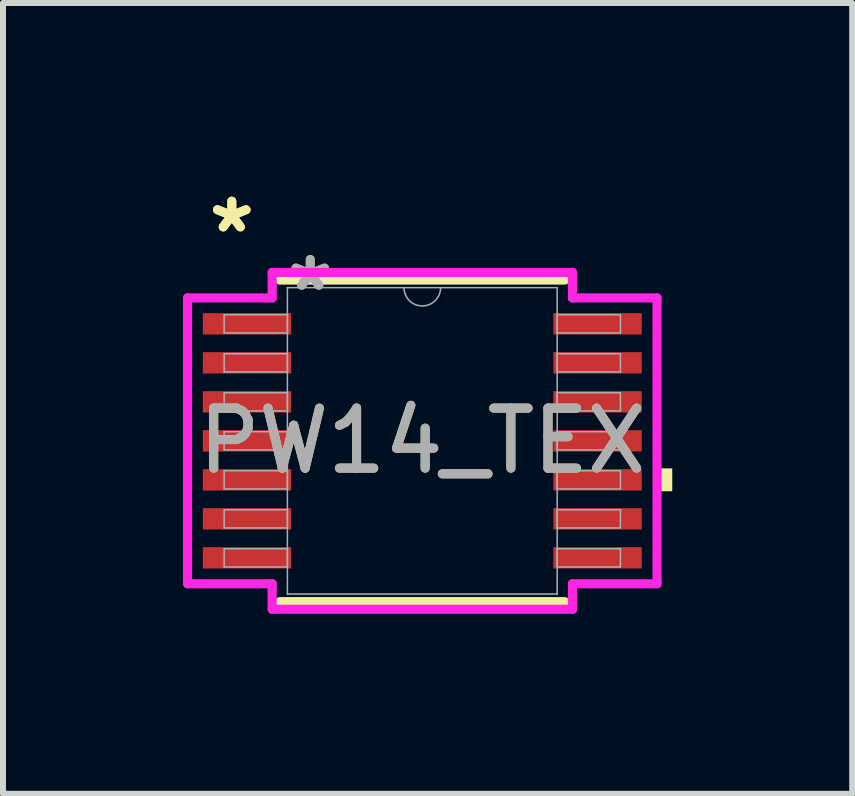
<source format=kicad_pcb>
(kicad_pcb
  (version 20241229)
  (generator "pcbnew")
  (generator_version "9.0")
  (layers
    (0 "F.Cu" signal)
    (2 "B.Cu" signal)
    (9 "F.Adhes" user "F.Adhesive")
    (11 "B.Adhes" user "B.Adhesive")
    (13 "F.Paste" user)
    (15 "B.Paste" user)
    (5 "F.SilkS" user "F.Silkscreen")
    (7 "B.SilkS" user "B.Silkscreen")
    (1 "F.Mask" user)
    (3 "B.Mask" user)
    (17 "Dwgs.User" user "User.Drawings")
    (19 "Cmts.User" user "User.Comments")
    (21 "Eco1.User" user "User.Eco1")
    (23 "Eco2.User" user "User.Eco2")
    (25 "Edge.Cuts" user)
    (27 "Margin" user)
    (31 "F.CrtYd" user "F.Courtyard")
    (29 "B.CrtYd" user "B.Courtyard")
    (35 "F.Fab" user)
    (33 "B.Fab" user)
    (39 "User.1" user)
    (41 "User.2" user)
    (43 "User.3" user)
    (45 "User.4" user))
  (footprint "PW14_TEX"
    (layer "F.Cu")
    (at 3.988 4.297)
    (property "Reference" "PW14_TEX" (at 0 0 0) (unlocked yes) (layer "F.SilkS") (effects (font (size 1 1) (thickness 0.15))))
    (attr smd)
    (fp_line (start -2.375 2.68) (end 2.375 2.68) (stroke (width 0.152) (type solid)) (layer "F.SilkS"))
    (fp_line (start 2.375 -2.68) (end -2.375 -2.68) (stroke (width 0.152) (type solid)) (layer "F.SilkS"))
    (fp_poly (pts (xy 4.166 0.459) (xy 4.166 0.84) (xy 3.912 0.84) (xy 3.912 0.459)) (stroke (width 0) (type solid)) (fill yes) (layer "F.SilkS"))
    (fp_line (start -3.912 -2.382) (end -2.502 -2.382) (stroke (width 0.152) (type solid)) (layer "F.CrtYd"))
    (fp_line (start -3.912 2.382) (end -3.912 -2.382) (stroke (width 0.152) (type solid)) (layer "F.CrtYd"))
    (fp_line (start -3.912 2.382) (end -2.502 2.382) (stroke (width 0.152) (type solid)) (layer "F.CrtYd"))
    (fp_line (start -2.502 -2.807) (end 2.502 -2.807) (stroke (width 0.152) (type solid)) (layer "F.CrtYd"))
    (fp_line (start -2.502 -2.382) (end -2.502 -2.807) (stroke (width 0.152) (type solid)) (layer "F.CrtYd"))
    (fp_line (start -2.502 2.807) (end -2.502 2.382) (stroke (width 0.152) (type solid)) (layer "F.CrtYd"))
    (fp_line (start 2.502 -2.807) (end 2.502 -2.382) (stroke (width 0.152) (type solid)) (layer "F.CrtYd"))
    (fp_line (start 2.502 2.382) (end 2.502 2.807) (stroke (width 0.152) (type solid)) (layer "F.CrtYd"))
    (fp_line (start 2.502 2.807) (end -2.502 2.807) (stroke (width 0.152) (type solid)) (layer "F.CrtYd"))
    (fp_line (start 3.912 -2.382) (end 2.502 -2.382) (stroke (width 0.152) (type solid)) (layer "F.CrtYd"))
    (fp_line (start 3.912 -2.382) (end 3.912 2.382) (stroke (width 0.152) (type solid)) (layer "F.CrtYd"))
    (fp_line (start 3.912 2.382) (end 2.502 2.382) (stroke (width 0.152) (type solid)) (layer "F.CrtYd"))
    (fp_line (start -3.302 -2.102) (end -3.302 -1.798) (stroke (width 0.025) (type solid)) (layer "F.Fab"))
    (fp_line (start -3.302 -1.798) (end -2.248 -1.798) (stroke (width 0.025) (type solid)) (layer "F.Fab"))
    (fp_line (start -3.302 -1.452) (end -3.302 -1.148) (stroke (width 0.025) (type solid)) (layer "F.Fab"))
    (fp_line (start -3.302 -1.148) (end -2.248 -1.148) (stroke (width 0.025) (type solid)) (layer "F.Fab"))
    (fp_line (start -3.302 -0.802) (end -3.302 -0.498) (stroke (width 0.025) (type solid)) (layer "F.Fab"))
    (fp_line (start -3.302 -0.498) (end -2.248 -0.498) (stroke (width 0.025) (type solid)) (layer "F.Fab"))
    (fp_line (start -3.302 -0.152) (end -3.302 0.152) (stroke (width 0.025) (type solid)) (layer "F.Fab"))
    (fp_line (start -3.302 0.152) (end -2.248 0.152) (stroke (width 0.025) (type solid)) (layer "F.Fab"))
    (fp_line (start -3.302 0.498) (end -3.302 0.802) (stroke (width 0.025) (type solid)) (layer "F.Fab"))
    (fp_line (start -3.302 0.802) (end -2.248 0.802) (stroke (width 0.025) (type solid)) (layer "F.Fab"))
    (fp_line (start -3.302 1.148) (end -3.302 1.452) (stroke (width 0.025) (type solid)) (layer "F.Fab"))
    (fp_line (start -3.302 1.452) (end -2.248 1.452) (stroke (width 0.025) (type solid)) (layer "F.Fab"))
    (fp_line (start -3.302 1.798) (end -3.302 2.102) (stroke (width 0.025) (type solid)) (layer "F.Fab"))
    (fp_line (start -3.302 2.102) (end -2.248 2.102) (stroke (width 0.025) (type solid)) (layer "F.Fab"))
    (fp_line (start -2.248 -2.553) (end -2.248 2.553) (stroke (width 0.025) (type solid)) (layer "F.Fab"))
    (fp_line (start -2.248 -2.102) (end -3.302 -2.102) (stroke (width 0.025) (type solid)) (layer "F.Fab"))
    (fp_line (start -2.248 -1.798) (end -2.248 -2.102) (stroke (width 0.025) (type solid)) (layer "F.Fab"))
    (fp_line (start -2.248 -1.452) (end -3.302 -1.452) (stroke (width 0.025) (type solid)) (layer "F.Fab"))
    (fp_line (start -2.248 -1.148) (end -2.248 -1.452) (stroke (width 0.025) (type solid)) (layer "F.Fab"))
    (fp_line (start -2.248 -0.802) (end -3.302 -0.802) (stroke (width 0.025) (type solid)) (layer "F.Fab"))
    (fp_line (start -2.248 -0.498) (end -2.248 -0.802) (stroke (width 0.025) (type solid)) (layer "F.Fab"))
    (fp_line (start -2.248 -0.152) (end -3.302 -0.152) (stroke (width 0.025) (type solid)) (layer "F.Fab"))
    (fp_line (start -2.248 0.152) (end -2.248 -0.152) (stroke (width 0.025) (type solid)) (layer "F.Fab"))
    (fp_line (start -2.248 0.498) (end -3.302 0.498) (stroke (width 0.025) (type solid)) (layer "F.Fab"))
    (fp_line (start -2.248 0.802) (end -2.248 0.498) (stroke (width 0.025) (type solid)) (layer "F.Fab"))
    (fp_line (start -2.248 1.148) (end -3.302 1.148) (stroke (width 0.025) (type solid)) (layer "F.Fab"))
    (fp_line (start -2.248 1.452) (end -2.248 1.148) (stroke (width 0.025) (type solid)) (layer "F.Fab"))
    (fp_line (start -2.248 1.798) (end -3.302 1.798) (stroke (width 0.025) (type solid)) (layer "F.Fab"))
    (fp_line (start -2.248 2.102) (end -2.248 1.798) (stroke (width 0.025) (type solid)) (layer "F.Fab"))
    (fp_line (start -2.248 2.553) (end 2.248 2.553) (stroke (width 0.025) (type solid)) (layer "F.Fab"))
    (fp_line (start 2.248 -2.553) (end -2.248 -2.553) (stroke (width 0.025) (type solid)) (layer "F.Fab"))
    (fp_line (start 2.248 -2.102) (end 2.248 -1.798) (stroke (width 0.025) (type solid)) (layer "F.Fab"))
    (fp_line (start 2.248 -1.798) (end 3.302 -1.798) (stroke (width 0.025) (type solid)) (layer "F.Fab"))
    (fp_line (start 2.248 -1.452) (end 2.248 -1.148) (stroke (width 0.025) (type solid)) (layer "F.Fab"))
    (fp_line (start 2.248 -1.148) (end 3.302 -1.148) (stroke (width 0.025) (type solid)) (layer "F.Fab"))
    (fp_line (start 2.248 -0.802) (end 2.248 -0.498) (stroke (width 0.025) (type solid)) (layer "F.Fab"))
    (fp_line (start 2.248 -0.498) (end 3.302 -0.498) (stroke (width 0.025) (type solid)) (layer "F.Fab"))
    (fp_line (start 2.248 -0.152) (end 2.248 0.152) (stroke (width 0.025) (type solid)) (layer "F.Fab"))
    (fp_line (start 2.248 0.152) (end 3.302 0.152) (stroke (width 0.025) (type solid)) (layer "F.Fab"))
    (fp_line (start 2.248 0.498) (end 2.248 0.802) (stroke (width 0.025) (type solid)) (layer "F.Fab"))
    (fp_line (start 2.248 0.802) (end 3.302 0.802) (stroke (width 0.025) (type solid)) (layer "F.Fab"))
    (fp_line (start 2.248 1.148) (end 2.248 1.452) (stroke (width 0.025) (type solid)) (layer "F.Fab"))
    (fp_line (start 2.248 1.452) (end 3.302 1.452) (stroke (width 0.025) (type solid)) (layer "F.Fab"))
    (fp_line (start 2.248 1.798) (end 2.248 2.102) (stroke (width 0.025) (type solid)) (layer "F.Fab"))
    (fp_line (start 2.248 2.102) (end 3.302 2.102) (stroke (width 0.025) (type solid)) (layer "F.Fab"))
    (fp_line (start 2.248 2.553) (end 2.248 -2.553) (stroke (width 0.025) (type solid)) (layer "F.Fab"))
    (fp_line (start 3.302 -2.102) (end 2.248 -2.102) (stroke (width 0.025) (type solid)) (layer "F.Fab"))
    (fp_line (start 3.302 -1.798) (end 3.302 -2.102) (stroke (width 0.025) (type solid)) (layer "F.Fab"))
    (fp_line (start 3.302 -1.452) (end 2.248 -1.452) (stroke (width 0.025) (type solid)) (layer "F.Fab"))
    (fp_line (start 3.302 -1.148) (end 3.302 -1.452) (stroke (width 0.025) (type solid)) (layer "F.Fab"))
    (fp_line (start 3.302 -0.802) (end 2.248 -0.802) (stroke (width 0.025) (type solid)) (layer "F.Fab"))
    (fp_line (start 3.302 -0.498) (end 3.302 -0.802) (stroke (width 0.025) (type solid)) (layer "F.Fab"))
    (fp_line (start 3.302 -0.152) (end 2.248 -0.152) (stroke (width 0.025) (type solid)) (layer "F.Fab"))
    (fp_line (start 3.302 0.152) (end 3.302 -0.152) (stroke (width 0.025) (type solid)) (layer "F.Fab"))
    (fp_line (start 3.302 0.498) (end 2.248 0.498) (stroke (width 0.025) (type solid)) (layer "F.Fab"))
    (fp_line (start 3.302 0.802) (end 3.302 0.498) (stroke (width 0.025) (type solid)) (layer "F.Fab"))
    (fp_line (start 3.302 1.148) (end 2.248 1.148) (stroke (width 0.025) (type solid)) (layer "F.Fab"))
    (fp_line (start 3.302 1.452) (end 3.302 1.148) (stroke (width 0.025) (type solid)) (layer "F.Fab"))
    (fp_line (start 3.302 1.798) (end 2.248 1.798) (stroke (width 0.025) (type solid)) (layer "F.Fab"))
    (fp_line (start 3.302 2.102) (end 3.302 1.798) (stroke (width 0.025) (type solid)) (layer "F.Fab"))
    (fp_arc (start 0.3048 -2.5527) (mid 0 -2.2479) (end -0.3048 -2.5527) (stroke (width 0.0254) (type solid)) (layer "F.Fab"))
    (fp_text user "*" (at -3.175 -3.449 0) (unlocked yes) (layer "F.SilkS") (effects (font (size 1 1) (thickness 0.15))))
    (fp_text user "*" (at -3.175 -3.449 0) (layer "F.SilkS") (effects (font (size 1 1) (thickness 0.15))))
    (fp_text user "*" (at -1.867 -2.477 0) (unlocked yes) (layer "F.Fab") (effects (font (size 1 1) (thickness 0.15))))
    (fp_text user "*" (at -1.867 -2.477 0) (layer "F.Fab") (effects (font (size 1 1) (thickness 0.15))))
    (fp_text user "${REFERENCE}" (at 0 0 0) (unlocked yes) (layer "F.Fab") (effects (font (size 1 1) (thickness 0.15))))
    (pad "1" smd rect (at -2.921 -1.95) (size 1.473 0.356) (layers "F.Cu" "F.Mask" "F.Paste"))
    (pad "2" smd rect (at -2.921 -1.3) (size 1.473 0.356) (layers "F.Cu" "F.Mask" "F.Paste"))
    (pad "3" smd rect (at -2.921 -0.65) (size 1.473 0.356) (layers "F.Cu" "F.Mask" "F.Paste"))
    (pad "4" smd rect (at -2.921 0) (size 1.473 0.356) (layers "F.Cu" "F.Mask" "F.Paste"))
    (pad "5" smd rect (at -2.921 0.65) (size 1.473 0.356) (layers "F.Cu" "F.Mask" "F.Paste"))
    (pad "6" smd rect (at -2.921 1.3) (size 1.473 0.356) (layers "F.Cu" "F.Mask" "F.Paste"))
    (pad "7" smd rect (at -2.921 1.95) (size 1.473 0.356) (layers "F.Cu" "F.Mask" "F.Paste"))
    (pad "8" smd rect (at 2.921 1.95) (size 1.473 0.356) (layers "F.Cu" "F.Mask" "F.Paste"))
    (pad "9" smd rect (at 2.921 1.3) (size 1.473 0.356) (layers "F.Cu" "F.Mask" "F.Paste"))
    (pad "10" smd rect (at 2.921 0.65) (size 1.473 0.356) (layers "F.Cu" "F.Mask" "F.Paste"))
    (pad "11" smd rect (at 2.921 0) (size 1.473 0.356) (layers "F.Cu" "F.Mask" "F.Paste"))
    (pad "12" smd rect (at 2.921 -0.65) (size 1.473 0.356) (layers "F.Cu" "F.Mask" "F.Paste"))
    (pad "13" smd rect (at 2.921 -1.3) (size 1.473 0.356) (layers "F.Cu" "F.Mask" "F.Paste"))
    (pad "14" smd rect (at 2.921 -1.95) (size 1.473 0.356) (layers "F.Cu" "F.Mask" "F.Paste")))
  (gr_rect
    (start -3 -3)
    (end 11.153 10.18)
    (stroke (width 0.1) (type default))
    (fill no)
    (layer "Edge.Cuts")))
</source>
